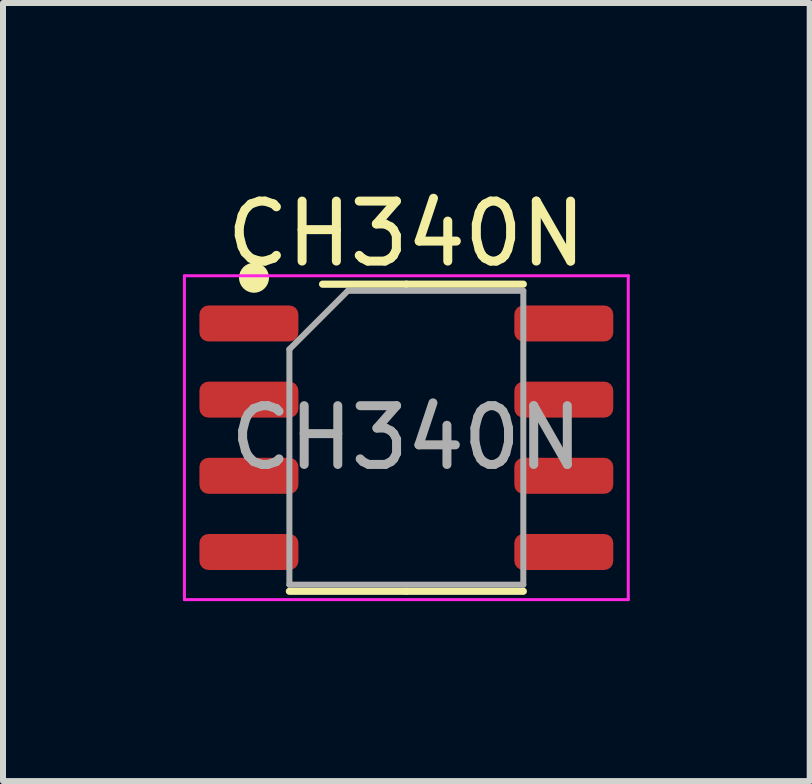
<source format=kicad_pcb>
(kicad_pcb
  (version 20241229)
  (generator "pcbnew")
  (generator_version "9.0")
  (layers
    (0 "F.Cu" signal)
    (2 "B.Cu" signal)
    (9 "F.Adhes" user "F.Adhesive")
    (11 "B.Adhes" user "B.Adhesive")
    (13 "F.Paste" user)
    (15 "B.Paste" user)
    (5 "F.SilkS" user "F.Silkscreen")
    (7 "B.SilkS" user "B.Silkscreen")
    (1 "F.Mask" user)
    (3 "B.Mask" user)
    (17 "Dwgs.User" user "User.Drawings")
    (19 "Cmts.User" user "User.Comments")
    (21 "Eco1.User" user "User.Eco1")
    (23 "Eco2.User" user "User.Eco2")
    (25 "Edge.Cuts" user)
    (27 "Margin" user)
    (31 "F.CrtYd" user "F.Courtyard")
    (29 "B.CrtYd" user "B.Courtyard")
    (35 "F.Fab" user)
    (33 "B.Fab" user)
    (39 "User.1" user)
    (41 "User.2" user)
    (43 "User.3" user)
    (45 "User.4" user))
  (footprint "CH340N"
    (layer "F.Cu")
    (at 3.725 4.248)
    (property "Reference" "CH340N" (at 0 -3.4 0) (layer "F.SilkS") (effects (font (size 1 1) (thickness 0.15))))
    (attr smd)
    (fp_line (start 0 -2.56) (end -1.397 -2.56) (stroke (width 0.12) (type solid)) (layer "F.SilkS"))
    (fp_line (start 0 -2.56) (end 1.95 -2.56) (stroke (width 0.12) (type solid)) (layer "F.SilkS"))
    (fp_line (start 0 2.56) (end -1.95 2.56) (stroke (width 0.12) (type solid)) (layer "F.SilkS"))
    (fp_line (start 0 2.56) (end 1.95 2.56) (stroke (width 0.12) (type solid)) (layer "F.SilkS"))
    (fp_circle (center -2.54 -2.667) (end -2.34 -2.667) (stroke (width 0.1) (type solid)) (fill yes) (layer "F.SilkS"))
    (fp_line (start -3.7 -2.7) (end -3.7 2.7) (stroke (width 0.05) (type solid)) (layer "F.CrtYd"))
    (fp_line (start -3.7 2.7) (end 3.7 2.7) (stroke (width 0.05) (type solid)) (layer "F.CrtYd"))
    (fp_line (start 3.7 -2.7) (end -3.7 -2.7) (stroke (width 0.05) (type solid)) (layer "F.CrtYd"))
    (fp_line (start 3.7 2.7) (end 3.7 -2.7) (stroke (width 0.05) (type solid)) (layer "F.CrtYd"))
    (fp_line (start -1.95 -1.475) (end -0.975 -2.45) (stroke (width 0.1) (type solid)) (layer "F.Fab"))
    (fp_line (start -1.95 2.45) (end -1.95 -1.475) (stroke (width 0.1) (type solid)) (layer "F.Fab"))
    (fp_line (start -0.975 -2.45) (end 1.95 -2.45) (stroke (width 0.1) (type solid)) (layer "F.Fab"))
    (fp_line (start 1.95 -2.45) (end 1.95 2.45) (stroke (width 0.1) (type solid)) (layer "F.Fab"))
    (fp_line (start 1.95 2.45) (end -1.95 2.45) (stroke (width 0.1) (type solid)) (layer "F.Fab"))
    (fp_text user "${REFERENCE}" (at 0 0 0) (layer "F.Fab") (effects (font (size 0.98 0.98) (thickness 0.15))))
    (pad "1" smd roundrect (at -2.625 -1.905) (size 1.65 0.6) (layers "F.Cu" "F.Mask" "F.Paste") (roundrect_rratio 0.25))
    (pad "2" smd roundrect (at -2.625 -0.635) (size 1.65 0.6) (layers "F.Cu" "F.Mask" "F.Paste") (roundrect_rratio 0.25))
    (pad "3" smd roundrect (at -2.625 0.635) (size 1.65 0.6) (layers "F.Cu" "F.Mask" "F.Paste") (roundrect_rratio 0.25))
    (pad "4" smd roundrect (at -2.625 1.905) (size 1.65 0.6) (layers "F.Cu" "F.Mask" "F.Paste") (roundrect_rratio 0.25))
    (pad "5" smd roundrect (at 2.625 1.905) (size 1.65 0.6) (layers "F.Cu" "F.Mask" "F.Paste") (roundrect_rratio 0.25))
    (pad "6" smd roundrect (at 2.625 0.635) (size 1.65 0.6) (layers "F.Cu" "F.Mask" "F.Paste") (roundrect_rratio 0.25))
    (pad "7" smd roundrect (at 2.625 -0.635) (size 1.65 0.6) (layers "F.Cu" "F.Mask" "F.Paste") (roundrect_rratio 0.25))
    (pad "8" smd roundrect (at 2.625 -1.905) (size 1.65 0.6) (layers "F.Cu" "F.Mask" "F.Paste") (roundrect_rratio 0.25)))
  (gr_rect
    (start -3 -3)
    (end 10.45 9.973)
    (stroke (width 0.1) (type default))
    (fill no)
    (layer "Edge.Cuts")))
</source>
